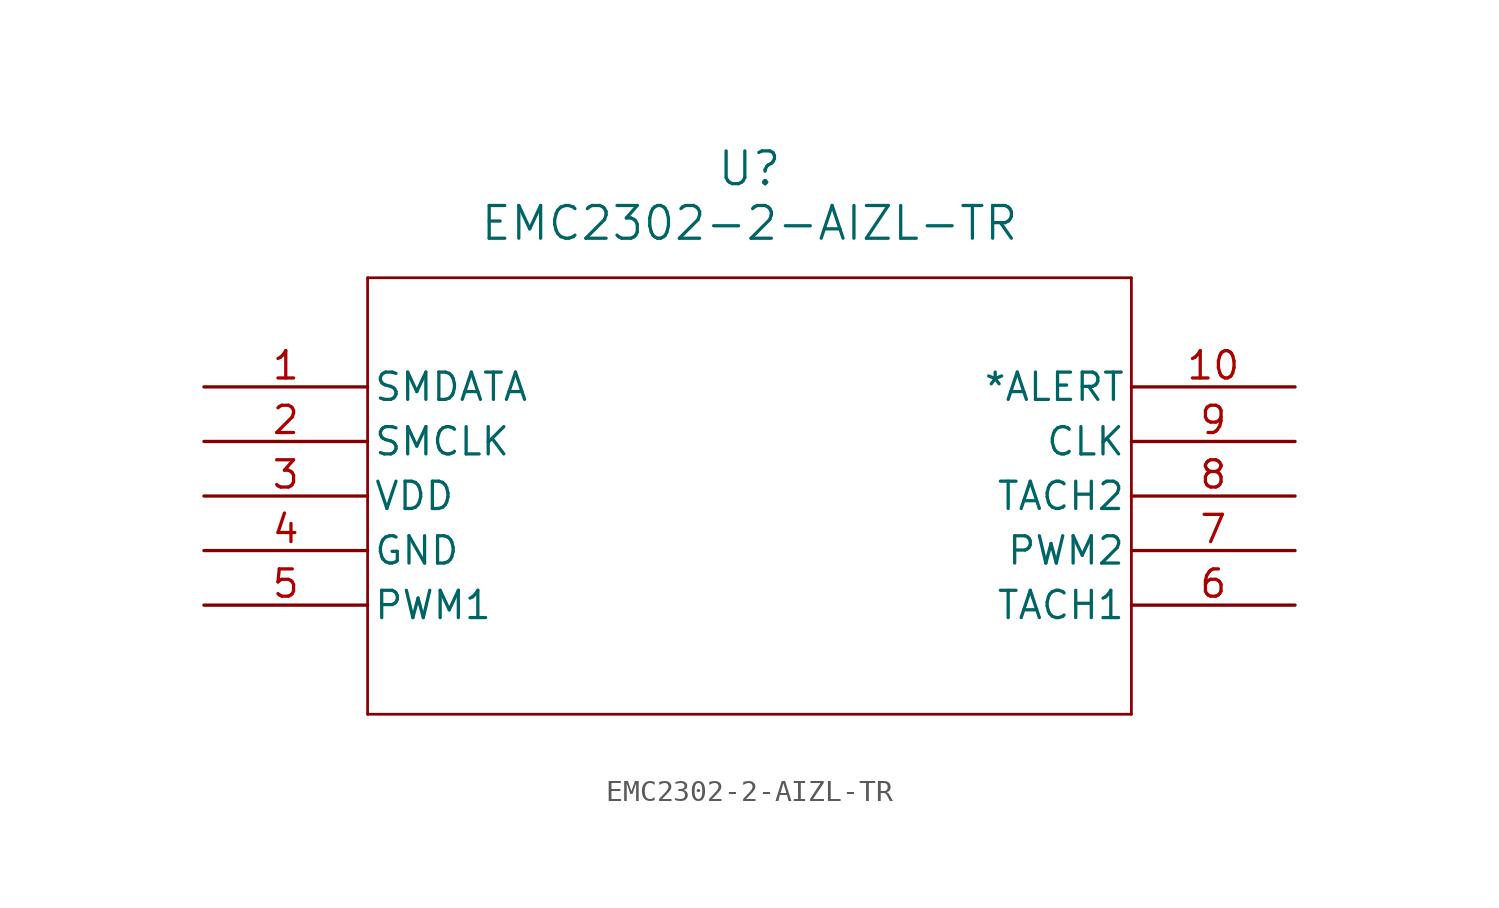
<source format=kicad_sym>
(kicad_symbol_lib
  (version 20211014)
  (generator kicad_symbol_editor)
  (symbol "EMC2302-2-AIZL-TR"
    (pin_names
      (offset 0.254))
    (property "Reference" "U"
      (at 25.4 10.16 0)
      (effects (font (size 1.524 1.524))))
    (property "Value" "EMC2302-2-AIZL-TR"
      (at 25.4 7.62 0)
      (effects (font (size 1.524 1.524))))
    (symbol "EMC2302-2-AIZL-TR_0_1"
      (polyline (pts (xy 7.62 5.08) (xy 7.62 -15.24)) (stroke (width 0.127) (type default) (color 0 0 0 0)) (fill (type none)))
      (polyline (pts (xy 7.62 -15.24) (xy 43.18 -15.24)) (stroke (width 0.127) (type default) (color 0 0 0 0)) (fill (type none)))
      (polyline (pts (xy 43.18 -15.24) (xy 43.18 5.08)) (stroke (width 0.127) (type default) (color 0 0 0 0)) (fill (type none)))
      (polyline (pts (xy 43.18 5.08) (xy 7.62 5.08)) (stroke (width 0.127) (type default) (color 0 0 0 0)) (fill (type none)))
      (pin bidirectional line (at 0 0 0) (length 7.62) (name "SMDATA" (effects (font (size 1.27 1.27)))) (number "1" (effects (font (size 1.27 1.27)))))
      (pin input line (at 0 -2.54 0) (length 7.62) (name "SMCLK" (effects (font (size 1.27 1.27)))) (number "2" (effects (font (size 1.27 1.27)))))
      (pin power_in line (at 0 -5.08 0) (length 7.62) (name "VDD" (effects (font (size 1.27 1.27)))) (number "3" (effects (font (size 1.27 1.27)))))
      (pin power_in line (at 0 -7.62 0) (length 7.62) (name "GND" (effects (font (size 1.27 1.27)))) (number "4" (effects (font (size 1.27 1.27)))))
      (pin output line (at 0 -10.16 0) (length 7.62) (name "PWM1" (effects (font (size 1.27 1.27)))) (number "5" (effects (font (size 1.27 1.27)))))
      (pin input line (at 50.8 -10.16 180) (length 7.62) (name "TACH1" (effects (font (size 1.27 1.27)))) (number "6" (effects (font (size 1.27 1.27)))))
      (pin output line (at 50.8 -7.62 180) (length 7.62) (name "PWM2" (effects (font (size 1.27 1.27)))) (number "7" (effects (font (size 1.27 1.27)))))
      (pin input line (at 50.8 -5.08 180) (length 7.62) (name "TACH2" (effects (font (size 1.27 1.27)))) (number "8" (effects (font (size 1.27 1.27)))))
      (pin bidirectional line (at 50.8 -2.54 180) (length 7.62) (name "CLK" (effects (font (size 1.27 1.27)))) (number "9" (effects (font (size 1.27 1.27)))))
      (pin output line (at 50.8 0 180) (length 7.62) (name "*ALERT" (effects (font (size 1.27 1.27)))) (number "10" (effects (font (size 1.27 1.27))))))))
</source>
